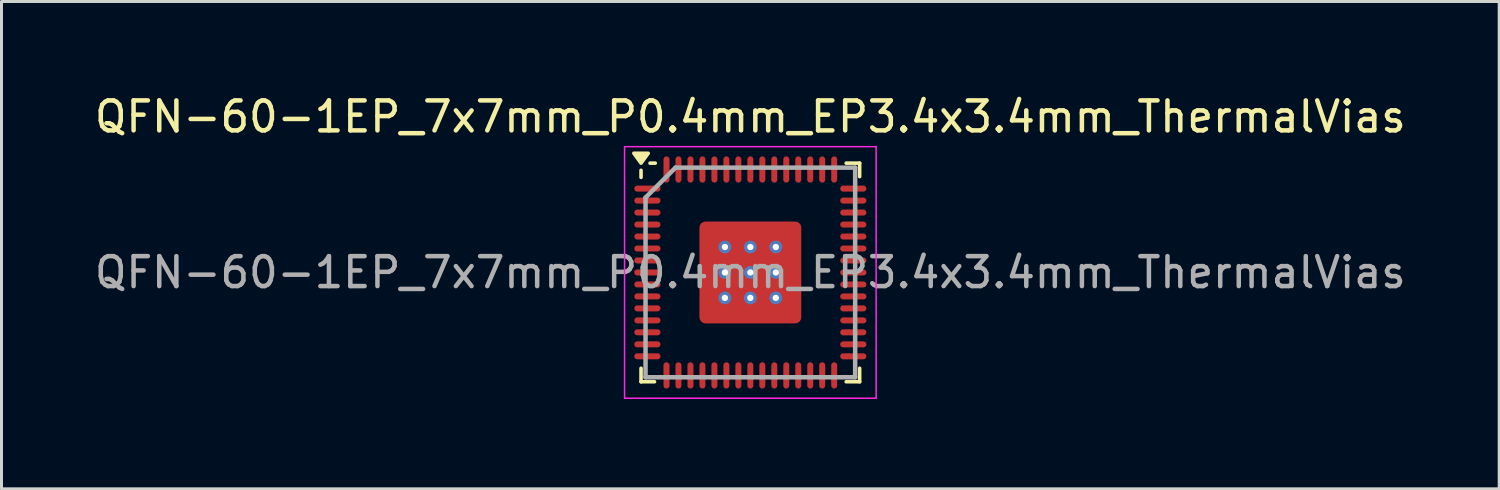
<source format=kicad_pcb>
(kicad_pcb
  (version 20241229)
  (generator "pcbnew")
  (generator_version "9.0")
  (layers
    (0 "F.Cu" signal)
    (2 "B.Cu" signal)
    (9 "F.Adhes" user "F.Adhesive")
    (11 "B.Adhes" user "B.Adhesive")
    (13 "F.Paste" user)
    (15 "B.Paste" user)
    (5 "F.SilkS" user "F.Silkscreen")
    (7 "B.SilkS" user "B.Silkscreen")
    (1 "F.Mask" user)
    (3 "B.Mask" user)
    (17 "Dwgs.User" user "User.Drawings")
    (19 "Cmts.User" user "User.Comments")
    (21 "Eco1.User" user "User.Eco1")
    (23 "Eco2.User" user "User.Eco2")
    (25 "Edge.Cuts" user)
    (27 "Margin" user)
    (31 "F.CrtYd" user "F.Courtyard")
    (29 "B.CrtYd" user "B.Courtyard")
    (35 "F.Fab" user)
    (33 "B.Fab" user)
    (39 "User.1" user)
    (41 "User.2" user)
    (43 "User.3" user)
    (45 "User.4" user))
  (footprint "QFN-60-1EP_7x7mm_P0.4mm_EP3.4x3.4mm_ThermalVias"
    (layer "F.Cu")
    (at 22.006 6.048)
    (property "Reference" "QFN-60-1EP_7x7mm_P0.4mm_EP3.4x3.4mm_ThermalVias" (at 0 -5.2 0) (layer "F.SilkS") (effects (font (size 1 1) (thickness 0.15))))
    (attr smd)
    (fp_line (start -3.65 -3.175) (end -3.65 -3.41) (stroke (width 0.12) (type solid)) (layer "F.SilkS"))
    (fp_line (start -3.65 3.65) (end -3.65 3.2) (stroke (width 0.12) (type default)) (layer "F.SilkS"))
    (fp_line (start -3.2 3.65) (end -3.65 3.65) (stroke (width 0.12) (type default)) (layer "F.SilkS"))
    (fp_line (start -3.175 -3.65) (end -3.35 -3.65) (stroke (width 0.12) (type solid)) (layer "F.SilkS"))
    (fp_line (start 3.2 -3.65) (end 3.65 -3.65) (stroke (width 0.12) (type default)) (layer "F.SilkS"))
    (fp_line (start 3.2 3.65) (end 3.65 3.65) (stroke (width 0.12) (type default)) (layer "F.SilkS"))
    (fp_line (start 3.65 -3.65) (end 3.65 -3.2) (stroke (width 0.12) (type default)) (layer "F.SilkS"))
    (fp_line (start 3.65 3.65) (end 3.65 3.2) (stroke (width 0.12) (type default)) (layer "F.SilkS"))
    (fp_poly (pts (xy -3.65 -3.65) (xy -3.89 -3.98) (xy -3.41 -3.98) (xy -3.65 -3.65)) (stroke (width 0.12) (type solid)) (fill yes) (layer "F.SilkS"))
    (fp_line (start -4.2 -4.2) (end 4.2 -4.2) (stroke (width 0.05) (type default)) (layer "F.CrtYd"))
    (fp_line (start -4.2 4.2) (end -4.2 -4.2) (stroke (width 0.05) (type default)) (layer "F.CrtYd"))
    (fp_line (start 4.2 -4.2) (end 4.2 4.2) (stroke (width 0.05) (type default)) (layer "F.CrtYd"))
    (fp_line (start 4.2 4.2) (end -4.2 4.2) (stroke (width 0.05) (type default)) (layer "F.CrtYd"))
    (fp_line (start -3.5 -2.5) (end -3.5 3.5) (stroke (width 0.15) (type default)) (layer "F.Fab"))
    (fp_line (start -3.5 3.5) (end 3.5 3.5) (stroke (width 0.15) (type default)) (layer "F.Fab"))
    (fp_line (start -2.5 -3.5) (end -3.5 -2.5) (stroke (width 0.15) (type default)) (layer "F.Fab"))
    (fp_line (start 3.5 -3.5) (end -2.5 -3.5) (stroke (width 0.15) (type default)) (layer "F.Fab"))
    (fp_line (start 3.5 3.5) (end 3.5 -3.5) (stroke (width 0.15) (type default)) (layer "F.Fab"))
    (fp_text user "${REFERENCE}" (at 0 0 0) (layer "F.Fab") (effects (font (size 1 1) (thickness 0.15))))
    (pad "" smd roundrect (at -1.275 -1.275) (size 0.5 0.5) (layers "F.Paste") (roundrect_rratio 0.25))
    (pad "" smd roundrect (at -1.275 -0.425) (size 0.5 0.5) (layers "F.Paste") (roundrect_rratio 0.25))
    (pad "" smd roundrect (at -1.275 0.425) (size 0.5 0.5) (layers "F.Paste") (roundrect_rratio 0.25))
    (pad "" smd roundrect (at -1.275 1.275) (size 0.5 0.5) (layers "F.Paste") (roundrect_rratio 0.25))
    (pad "" smd roundrect (at -0.425 -1.275) (size 0.5 0.5) (layers "F.Paste") (roundrect_rratio 0.25))
    (pad "" smd roundrect (at -0.425 -0.425) (size 0.5 0.5) (layers "F.Paste") (roundrect_rratio 0.25))
    (pad "" smd roundrect (at -0.425 0.425) (size 0.5 0.5) (layers "F.Paste") (roundrect_rratio 0.25))
    (pad "" smd roundrect (at -0.425 1.275) (size 0.5 0.5) (layers "F.Paste") (roundrect_rratio 0.25))
    (pad "" smd roundrect (at 0.425 -1.275) (size 0.5 0.5) (layers "F.Paste") (roundrect_rratio 0.25))
    (pad "" smd roundrect (at 0.425 -0.425) (size 0.5 0.5) (layers "F.Paste") (roundrect_rratio 0.25))
    (pad "" smd roundrect (at 0.425 0.425) (size 0.5 0.5) (layers "F.Paste") (roundrect_rratio 0.25))
    (pad "" smd roundrect (at 0.425 1.275) (size 0.5 0.5) (layers "F.Paste") (roundrect_rratio 0.25))
    (pad "" smd roundrect (at 1.275 -1.275) (size 0.5 0.5) (layers "F.Paste") (roundrect_rratio 0.25))
    (pad "" smd roundrect (at 1.275 -0.425) (size 0.5 0.5) (layers "F.Paste") (roundrect_rratio 0.25))
    (pad "" smd roundrect (at 1.275 0.425) (size 0.5 0.5) (layers "F.Paste") (roundrect_rratio 0.25))
    (pad "" smd roundrect (at 1.275 1.275) (size 0.5 0.5) (layers "F.Paste") (roundrect_rratio 0.25))
    (pad "1" smd oval (at -3.438 -2.8 90) (size 0.2 0.875) (layers "F.Cu" "F.Mask" "F.Paste"))
    (pad "2" smd oval (at -3.438 -2.4 90) (size 0.2 0.875) (layers "F.Cu" "F.Mask" "F.Paste"))
    (pad "3" smd oval (at -3.438 -2 90) (size 0.2 0.875) (layers "F.Cu" "F.Mask" "F.Paste"))
    (pad "4" smd oval (at -3.438 -1.6 90) (size 0.2 0.875) (layers "F.Cu" "F.Mask" "F.Paste"))
    (pad "5" smd oval (at -3.438 -1.2 90) (size 0.2 0.875) (layers "F.Cu" "F.Mask" "F.Paste"))
    (pad "6" smd oval (at -3.438 -0.8 90) (size 0.2 0.875) (layers "F.Cu" "F.Mask" "F.Paste"))
    (pad "7" smd oval (at -3.438 -0.4 90) (size 0.2 0.875) (layers "F.Cu" "F.Mask" "F.Paste"))
    (pad "8" smd oval (at -3.438 0 90) (size 0.2 0.875) (layers "F.Cu" "F.Mask" "F.Paste"))
    (pad "9" smd oval (at -3.438 0.4 90) (size 0.2 0.875) (layers "F.Cu" "F.Mask" "F.Paste"))
    (pad "10" smd oval (at -3.438 0.8 90) (size 0.2 0.875) (layers "F.Cu" "F.Mask" "F.Paste"))
    (pad "11" smd oval (at -3.438 1.2 90) (size 0.2 0.875) (layers "F.Cu" "F.Mask" "F.Paste"))
    (pad "12" smd oval (at -3.438 1.6 90) (size 0.2 0.875) (layers "F.Cu" "F.Mask" "F.Paste"))
    (pad "13" smd oval (at -3.438 2 90) (size 0.2 0.875) (layers "F.Cu" "F.Mask" "F.Paste"))
    (pad "14" smd oval (at -3.438 2.4 90) (size 0.2 0.875) (layers "F.Cu" "F.Mask" "F.Paste"))
    (pad "15" smd oval (at -3.438 2.8 90) (size 0.2 0.875) (layers "F.Cu" "F.Mask" "F.Paste"))
    (pad "16" smd oval (at -2.8 3.438) (size 0.2 0.875) (layers "F.Cu" "F.Mask" "F.Paste"))
    (pad "17" smd oval (at -2.4 3.438) (size 0.2 0.875) (layers "F.Cu" "F.Mask" "F.Paste"))
    (pad "18" smd oval (at -2 3.438) (size 0.2 0.875) (layers "F.Cu" "F.Mask" "F.Paste"))
    (pad "19" smd oval (at -1.6 3.438) (size 0.2 0.875) (layers "F.Cu" "F.Mask" "F.Paste"))
    (pad "20" smd oval (at -1.2 3.438) (size 0.2 0.875) (layers "F.Cu" "F.Mask" "F.Paste"))
    (pad "21" smd oval (at -0.8 3.438) (size 0.2 0.875) (layers "F.Cu" "F.Mask" "F.Paste"))
    (pad "22" smd oval (at -0.4 3.438) (size 0.2 0.875) (layers "F.Cu" "F.Mask" "F.Paste"))
    (pad "23" smd oval (at 0 3.438) (size 0.2 0.875) (layers "F.Cu" "F.Mask" "F.Paste"))
    (pad "24" smd oval (at 0.4 3.438) (size 0.2 0.875) (layers "F.Cu" "F.Mask" "F.Paste"))
    (pad "25" smd oval (at 0.8 3.438) (size 0.2 0.875) (layers "F.Cu" "F.Mask" "F.Paste"))
    (pad "26" smd oval (at 1.2 3.438) (size 0.2 0.875) (layers "F.Cu" "F.Mask" "F.Paste"))
    (pad "27" smd oval (at 1.6 3.438) (size 0.2 0.875) (layers "F.Cu" "F.Mask" "F.Paste"))
    (pad "28" smd oval (at 2 3.438) (size 0.2 0.875) (layers "F.Cu" "F.Mask" "F.Paste"))
    (pad "29" smd oval (at 2.4 3.438) (size 0.2 0.875) (layers "F.Cu" "F.Mask" "F.Paste"))
    (pad "30" smd oval (at 2.8 3.438) (size 0.2 0.875) (layers "F.Cu" "F.Mask" "F.Paste"))
    (pad "31" smd oval (at 3.438 2.8 90) (size 0.2 0.875) (layers "F.Cu" "F.Mask" "F.Paste"))
    (pad "32" smd oval (at 3.438 2.4 90) (size 0.2 0.875) (layers "F.Cu" "F.Mask" "F.Paste"))
    (pad "33" smd oval (at 3.438 2 90) (size 0.2 0.875) (layers "F.Cu" "F.Mask" "F.Paste"))
    (pad "34" smd oval (at 3.438 1.6 90) (size 0.2 0.875) (layers "F.Cu" "F.Mask" "F.Paste"))
    (pad "35" smd oval (at 3.438 1.2 90) (size 0.2 0.875) (layers "F.Cu" "F.Mask" "F.Paste"))
    (pad "36" smd oval (at 3.438 0.8 90) (size 0.2 0.875) (layers "F.Cu" "F.Mask" "F.Paste"))
    (pad "37" smd oval (at 3.438 0.4 90) (size 0.2 0.875) (layers "F.Cu" "F.Mask" "F.Paste"))
    (pad "38" smd oval (at 3.438 0 90) (size 0.2 0.875) (layers "F.Cu" "F.Mask" "F.Paste"))
    (pad "39" smd oval (at 3.438 -0.4 90) (size 0.2 0.875) (layers "F.Cu" "F.Mask" "F.Paste"))
    (pad "40" smd oval (at 3.438 -0.8 90) (size 0.2 0.875) (layers "F.Cu" "F.Mask" "F.Paste"))
    (pad "41" smd oval (at 3.438 -1.2 90) (size 0.2 0.875) (layers "F.Cu" "F.Mask" "F.Paste"))
    (pad "42" smd oval (at 3.438 -1.6 90) (size 0.2 0.875) (layers "F.Cu" "F.Mask" "F.Paste"))
    (pad "43" smd oval (at 3.438 -2 90) (size 0.2 0.875) (layers "F.Cu" "F.Mask" "F.Paste"))
    (pad "44" smd oval (at 3.438 -2.4 90) (size 0.2 0.875) (layers "F.Cu" "F.Mask" "F.Paste"))
    (pad "45" smd oval (at 3.438 -2.8 90) (size 0.2 0.875) (layers "F.Cu" "F.Mask" "F.Paste"))
    (pad "46" smd oval (at 2.8 -3.438) (size 0.2 0.875) (layers "F.Cu" "F.Mask" "F.Paste"))
    (pad "47" smd oval (at 2.4 -3.438) (size 0.2 0.875) (layers "F.Cu" "F.Mask" "F.Paste"))
    (pad "48" smd oval (at 2 -3.438) (size 0.2 0.875) (layers "F.Cu" "F.Mask" "F.Paste"))
    (pad "49" smd oval (at 1.6 -3.438) (size 0.2 0.875) (layers "F.Cu" "F.Mask" "F.Paste"))
    (pad "50" smd oval (at 1.2 -3.438) (size 0.2 0.875) (layers "F.Cu" "F.Mask" "F.Paste"))
    (pad "51" smd oval (at 0.8 -3.438) (size 0.2 0.875) (layers "F.Cu" "F.Mask" "F.Paste"))
    (pad "52" smd oval (at 0.4 -3.438) (size 0.2 0.875) (layers "F.Cu" "F.Mask" "F.Paste"))
    (pad "53" smd oval (at 0 -3.438) (size 0.2 0.875) (layers "F.Cu" "F.Mask" "F.Paste"))
    (pad "54" smd oval (at -0.4 -3.438) (size 0.2 0.875) (layers "F.Cu" "F.Mask" "F.Paste"))
    (pad "55" smd oval (at -0.8 -3.438) (size 0.2 0.875) (layers "F.Cu" "F.Mask" "F.Paste"))
    (pad "56" smd oval (at -1.2 -3.438) (size 0.2 0.875) (layers "F.Cu" "F.Mask" "F.Paste"))
    (pad "57" smd oval (at -1.6 -3.438) (size 0.2 0.875) (layers "F.Cu" "F.Mask" "F.Paste"))
    (pad "58" smd oval (at -2 -3.438) (size 0.2 0.875) (layers "F.Cu" "F.Mask" "F.Paste"))
    (pad "59" smd oval (at -2.4 -3.438) (size 0.2 0.875) (layers "F.Cu" "F.Mask" "F.Paste"))
    (pad "60" smd oval (at -2.8 -3.438) (size 0.2 0.875) (layers "F.Cu" "F.Mask" "F.Paste"))
    (pad "61" thru_hole circle (at -0.85 -0.85) (size 0.425 0.425) (drill 0.212) (property pad_prop_heatsink) (layers "*.Cu" "*.Mask"))
    (pad "61" thru_hole circle (at -0.85 0) (size 0.425 0.425) (drill 0.212) (property pad_prop_heatsink) (layers "*.Cu" "*.Mask"))
    (pad "61" thru_hole circle (at -0.85 0.85) (size 0.425 0.425) (drill 0.212) (property pad_prop_heatsink) (layers "*.Cu" "*.Mask"))
    (pad "61" thru_hole circle (at 0 -0.85) (size 0.425 0.425) (drill 0.212) (property pad_prop_heatsink) (layers "*.Cu" "*.Mask"))
    (pad "61" thru_hole circle (at 0 0) (size 0.425 0.425) (drill 0.212) (property pad_prop_heatsink) (layers "*.Cu" "*.Mask"))
    (pad "61" smd roundrect (at 0 0) (size 3.4 3.4) (layers "F.Cu" "F.Mask") (roundrect_rratio 0.059))
    (pad "61" thru_hole circle (at 0 0.85) (size 0.425 0.425) (drill 0.212) (property pad_prop_heatsink) (layers "*.Cu" "*.Mask"))
    (pad "61" thru_hole circle (at 0.85 -0.85) (size 0.425 0.425) (drill 0.212) (property pad_prop_heatsink) (layers "*.Cu" "*.Mask"))
    (pad "61" thru_hole circle (at 0.85 0) (size 0.425 0.425) (drill 0.212) (property pad_prop_heatsink) (layers "*.Cu" "*.Mask"))
    (pad "61" thru_hole circle (at 0.85 0.85) (size 0.425 0.425) (drill 0.212) (property pad_prop_heatsink) (layers "*.Cu" "*.Mask")))
  (gr_rect
    (start -3 -3)
    (end 47.012 13.273)
    (stroke (width 0.1) (type default))
    (fill no)
    (layer "Edge.Cuts")))
</source>
